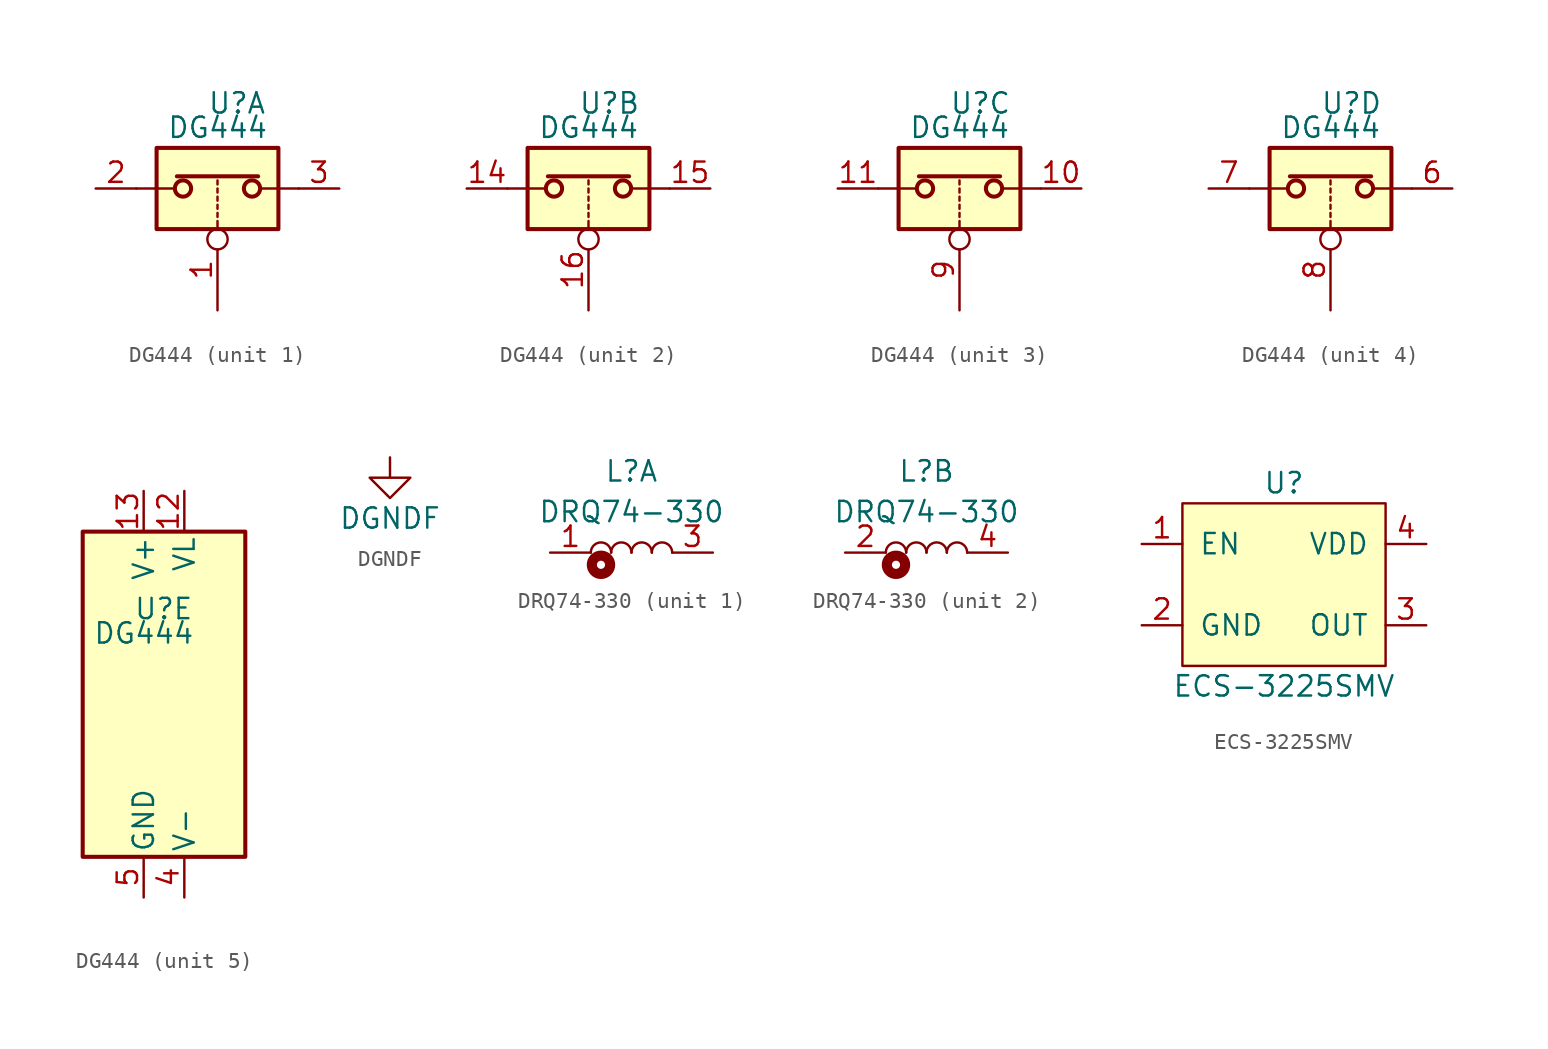
<source format=kicad_sym>
(kicad_symbol_lib
  (version 20220914)
  (generator kicad_symbol_editor)
  (symbol "DG444"
    (pin_names
      (offset 0.254))
    (property "Reference" "U"
      (at -0.635 5.334 0)
      (effects (font (size 1.27 1.27)) (justify left)))
    (property "Value" "DG444"
      (at -3.175 3.81 0)
      (effects (font (size 1.27 1.27)) (justify left)))
    (symbol "DG444_1_1"
      (rectangle (start -3.81 2.54) (end 3.81 -2.54) (stroke (width 0.254) (type default)) (fill (type background)))
      (circle (center -2.159 0) (radius 0.508) (stroke (width 0.254) (type default)) (fill (type none)))
      (polyline (pts (xy -5.08 0) (xy -2.794 0)) (stroke (width 0) (type default)) (fill (type none)))
      (polyline (pts (xy -2.54 0.762) (xy 2.54 0.762)) (stroke (width 0.254) (type default)) (fill (type none)))
      (polyline (pts (xy 0 -2.54) (xy 0 -2.032)) (stroke (width 0) (type default)) (fill (type none)))
      (polyline (pts (xy 0 -1.778) (xy 0 -1.524)) (stroke (width 0) (type default)) (fill (type none)))
      (polyline (pts (xy 0 -1.27) (xy 0 -1.016)) (stroke (width 0) (type default)) (fill (type none)))
      (polyline (pts (xy 0 -0.762) (xy 0 -0.508)) (stroke (width 0) (type default)) (fill (type none)))
      (polyline (pts (xy 0 -0.254) (xy 0 0)) (stroke (width 0) (type default)) (fill (type none)))
      (polyline (pts (xy 0 0.254) (xy 0 0.508)) (stroke (width 0) (type default)) (fill (type none)))
      (polyline (pts (xy 5.08 0) (xy 2.794 0)) (stroke (width 0) (type default)) (fill (type none)))
      (circle (center 2.159 0) (radius 0.508) (stroke (width 0.254) (type default)) (fill (type none)))
      (pin input inverted (at 0 -7.62 90) (length 5.08) (name "~" (effects (font (size 1.27 1.27)))) (number "1" (effects (font (size 1.27 1.27)))))
      (pin passive line (at -7.62 0 0) (length 2.54) (name "~" (effects (font (size 1.27 1.27)))) (number "2" (effects (font (size 1.27 1.27)))))
      (pin passive line (at 7.62 0 180) (length 2.54) (name "~" (effects (font (size 1.27 1.27)))) (number "3" (effects (font (size 1.27 1.27))))))
    (symbol "DG444_2_1"
      (rectangle (start -3.81 2.54) (end 3.81 -2.54) (stroke (width 0.254) (type default)) (fill (type background)))
      (circle (center -2.159 0) (radius 0.508) (stroke (width 0.254) (type default)) (fill (type none)))
      (polyline (pts (xy -5.08 0) (xy -2.794 0)) (stroke (width 0) (type default)) (fill (type none)))
      (polyline (pts (xy -2.54 0.762) (xy 2.54 0.762)) (stroke (width 0.254) (type default)) (fill (type none)))
      (polyline (pts (xy 0 -2.54) (xy 0 -2.032)) (stroke (width 0) (type default)) (fill (type none)))
      (polyline (pts (xy 0 -1.778) (xy 0 -1.524)) (stroke (width 0) (type default)) (fill (type none)))
      (polyline (pts (xy 0 -1.27) (xy 0 -1.016)) (stroke (width 0) (type default)) (fill (type none)))
      (polyline (pts (xy 0 -0.762) (xy 0 -0.508)) (stroke (width 0) (type default)) (fill (type none)))
      (polyline (pts (xy 0 -0.254) (xy 0 0)) (stroke (width 0) (type default)) (fill (type none)))
      (polyline (pts (xy 0 0.254) (xy 0 0.508)) (stroke (width 0) (type default)) (fill (type none)))
      (polyline (pts (xy 5.08 0) (xy 2.794 0)) (stroke (width 0) (type default)) (fill (type none)))
      (circle (center 2.159 0) (radius 0.508) (stroke (width 0.254) (type default)) (fill (type none)))
      (pin passive line (at -7.62 0 0) (length 2.54) (name "~" (effects (font (size 1.27 1.27)))) (number "14" (effects (font (size 1.27 1.27)))))
      (pin passive line (at 7.62 0 180) (length 2.54) (name "~" (effects (font (size 1.27 1.27)))) (number "15" (effects (font (size 1.27 1.27)))))
      (pin input inverted (at 0 -7.62 90) (length 5.08) (name "~" (effects (font (size 1.27 1.27)))) (number "16" (effects (font (size 1.27 1.27))))))
    (symbol "DG444_3_1"
      (rectangle (start -3.81 2.54) (end 3.81 -2.54) (stroke (width 0.254) (type default)) (fill (type background)))
      (circle (center -2.159 0) (radius 0.508) (stroke (width 0.254) (type default)) (fill (type none)))
      (polyline (pts (xy -5.08 0) (xy -2.794 0)) (stroke (width 0) (type default)) (fill (type none)))
      (polyline (pts (xy -2.54 0.762) (xy 2.54 0.762)) (stroke (width 0.254) (type default)) (fill (type none)))
      (polyline (pts (xy 0 -2.54) (xy 0 -2.032)) (stroke (width 0) (type default)) (fill (type none)))
      (polyline (pts (xy 0 -1.778) (xy 0 -1.524)) (stroke (width 0) (type default)) (fill (type none)))
      (polyline (pts (xy 0 -1.27) (xy 0 -1.016)) (stroke (width 0) (type default)) (fill (type none)))
      (polyline (pts (xy 0 -0.762) (xy 0 -0.508)) (stroke (width 0) (type default)) (fill (type none)))
      (polyline (pts (xy 0 -0.254) (xy 0 0)) (stroke (width 0) (type default)) (fill (type none)))
      (polyline (pts (xy 0 0.254) (xy 0 0.508)) (stroke (width 0) (type default)) (fill (type none)))
      (polyline (pts (xy 5.08 0) (xy 2.794 0)) (stroke (width 0) (type default)) (fill (type none)))
      (circle (center 2.159 0) (radius 0.508) (stroke (width 0.254) (type default)) (fill (type none)))
      (pin passive line (at 7.62 0 180) (length 2.54) (name "~" (effects (font (size 1.27 1.27)))) (number "10" (effects (font (size 1.27 1.27)))))
      (pin passive line (at -7.62 0 0) (length 2.54) (name "~" (effects (font (size 1.27 1.27)))) (number "11" (effects (font (size 1.27 1.27)))))
      (pin input inverted (at 0 -7.62 90) (length 5.08) (name "~" (effects (font (size 1.27 1.27)))) (number "9" (effects (font (size 1.27 1.27))))))
    (symbol "DG444_4_1"
      (rectangle (start -3.81 2.54) (end 3.81 -2.54) (stroke (width 0.254) (type default)) (fill (type background)))
      (circle (center -2.159 0) (radius 0.508) (stroke (width 0.254) (type default)) (fill (type none)))
      (polyline (pts (xy -5.08 0) (xy -2.794 0)) (stroke (width 0) (type default)) (fill (type none)))
      (polyline (pts (xy -2.54 0.762) (xy 2.54 0.762)) (stroke (width 0.254) (type default)) (fill (type none)))
      (polyline (pts (xy 0 -2.54) (xy 0 -2.032)) (stroke (width 0) (type default)) (fill (type none)))
      (polyline (pts (xy 0 -1.778) (xy 0 -1.524)) (stroke (width 0) (type default)) (fill (type none)))
      (polyline (pts (xy 0 -1.27) (xy 0 -1.016)) (stroke (width 0) (type default)) (fill (type none)))
      (polyline (pts (xy 0 -0.762) (xy 0 -0.508)) (stroke (width 0) (type default)) (fill (type none)))
      (polyline (pts (xy 0 -0.254) (xy 0 0)) (stroke (width 0) (type default)) (fill (type none)))
      (polyline (pts (xy 0 0.254) (xy 0 0.508)) (stroke (width 0) (type default)) (fill (type none)))
      (polyline (pts (xy 5.08 0) (xy 2.794 0)) (stroke (width 0) (type default)) (fill (type none)))
      (circle (center 2.159 0) (radius 0.508) (stroke (width 0.254) (type default)) (fill (type none)))
      (pin passive line (at 7.62 0 180) (length 2.54) (name "~" (effects (font (size 1.27 1.27)))) (number "6" (effects (font (size 1.27 1.27)))))
      (pin passive line (at -7.62 0 0) (length 2.54) (name "~" (effects (font (size 1.27 1.27)))) (number "7" (effects (font (size 1.27 1.27)))))
      (pin input inverted (at 0 -7.62 90) (length 5.08) (name "~" (effects (font (size 1.27 1.27)))) (number "8" (effects (font (size 1.27 1.27))))))
    (symbol "DG444_5_0"
      (pin power_in line (at 0 12.7 270) (length 2.54) (name "V+" (effects (font (size 1.27 1.27)))) (number "13" (effects (font (size 1.27 1.27)))))
      (pin power_in line (at 2.54 -12.7 90) (length 2.54) (name "V-" (effects (font (size 1.27 1.27)))) (number "4" (effects (font (size 1.27 1.27)))))
      (pin power_in line (at 0 -12.7 90) (length 2.54) (name "GND" (effects (font (size 1.27 1.27)))) (number "5" (effects (font (size 1.27 1.27))))))
    (symbol "DG444_5_1"
      (rectangle (start -3.81 10.16) (end 6.35 -10.16) (stroke (width 0.254) (type default)) (fill (type background)))
      (pin passive line (at 2.54 12.7 270) (length 2.54) (name "VL" (effects (font (size 1.27 1.27)))) (number "12" (effects (font (size 1.27 1.27)))))))
  (symbol "DGNDF"
    (power)
    (pin_names
      (offset 0))
    (property "Reference" "#PWR"
      (at 0 -6.35 0)
      (effects (font (size 1.27 1.27)) hide))
    (property "Value" "DGNDF"
      (at 0 -3.81 0)
      (effects (font (size 1.27 1.27))))
    (symbol "DGNDF_0_1"
      (polyline (pts (xy 0 0) (xy 0 -1.27) (xy 1.27 -1.27) (xy 0 -2.54) (xy -1.27 -1.27) (xy 0 -1.27)) (stroke (width 0) (type default)) (fill (type none))))
    (symbol "DGNDF_1_1"
      (pin power_in line (at 0 0 270) (length 0) hide (name "DGNDF" (effects (font (size 1.27 1.27)))) (number "1" (effects (font (size 1.27 1.27)))))))
  (symbol "DRQ74-330"
    (pin_names
      (offset 1.016))
    (property "Reference" "L"
      (at 0 5.08 0)
      (effects (font (size 1.27 1.27))))
    (property "Value" "DRQ74-330"
      (at 0 2.54 0)
      (effects (font (size 1.27 1.27))))
    (symbol "DRQ74-330_0_1"
      (circle (center -1.905 -0.762) (radius 0.254) (stroke (width 0.635) (type default)) (fill (type none)))
      (arc (start -1.27 0) (mid -1.905 0.6323) (end -2.54 0) (stroke (width 0) (type default)) (fill (type none)))
      (arc (start 0 0) (mid -0.635 0.6323) (end -1.27 0) (stroke (width 0) (type default)) (fill (type none)))
      (arc (start 1.27 0) (mid 0.635 0.6323) (end 0 0) (stroke (width 0) (type default)) (fill (type none)))
      (arc (start 2.54 0) (mid 1.905 0.6323) (end 1.27 0) (stroke (width 0) (type default)) (fill (type none))))
    (symbol "DRQ74-330_1_1"
      (pin passive line (at -5.08 0 0) (length 2.54) (name "~" (effects (font (size 1.27 1.27)))) (number "1" (effects (font (size 1.27 1.27)))))
      (pin passive line (at 5.08 0 180) (length 2.54) (name "~" (effects (font (size 1.27 1.27)))) (number "3" (effects (font (size 1.27 1.27))))))
    (symbol "DRQ74-330_2_1"
      (pin passive line (at -5.08 0 0) (length 2.54) (name "~" (effects (font (size 1.27 1.27)))) (number "2" (effects (font (size 1.27 1.27)))))
      (pin passive line (at 5.08 0 180) (length 2.54) (name "~" (effects (font (size 1.27 1.27)))) (number "4" (effects (font (size 1.27 1.27)))))))
  (symbol "ECS-3225SMV"
    (pin_names
      (offset 1.016))
    (property "Reference" "U"
      (at 0 6.35 0)
      (effects (font (size 1.27 1.27))))
    (property "Value" "ECS-3225SMV"
      (at 0 -6.35 0)
      (effects (font (size 1.27 1.27))))
    (symbol "ECS-3225SMV_0_1"
      (rectangle (start -6.35 5.08) (end 6.35 -5.08) (stroke (width 0) (type default)) (fill (type background))))
    (symbol "ECS-3225SMV_1_1"
      (pin passive line (at -8.89 2.54 0) (length 2.54) (name "EN" (effects (font (size 1.27 1.27)))) (number "1" (effects (font (size 1.27 1.27)))))
      (pin passive line (at -8.89 -2.54 0) (length 2.54) (name "GND" (effects (font (size 1.27 1.27)))) (number "2" (effects (font (size 1.27 1.27)))))
      (pin output line (at 8.89 -2.54 180) (length 2.54) (name "OUT" (effects (font (size 1.27 1.27)))) (number "3" (effects (font (size 1.27 1.27)))))
      (pin passive line (at 8.89 2.54 180) (length 2.54) (name "VDD" (effects (font (size 1.27 1.27)))) (number "4" (effects (font (size 1.27 1.27))))))))
</source>
